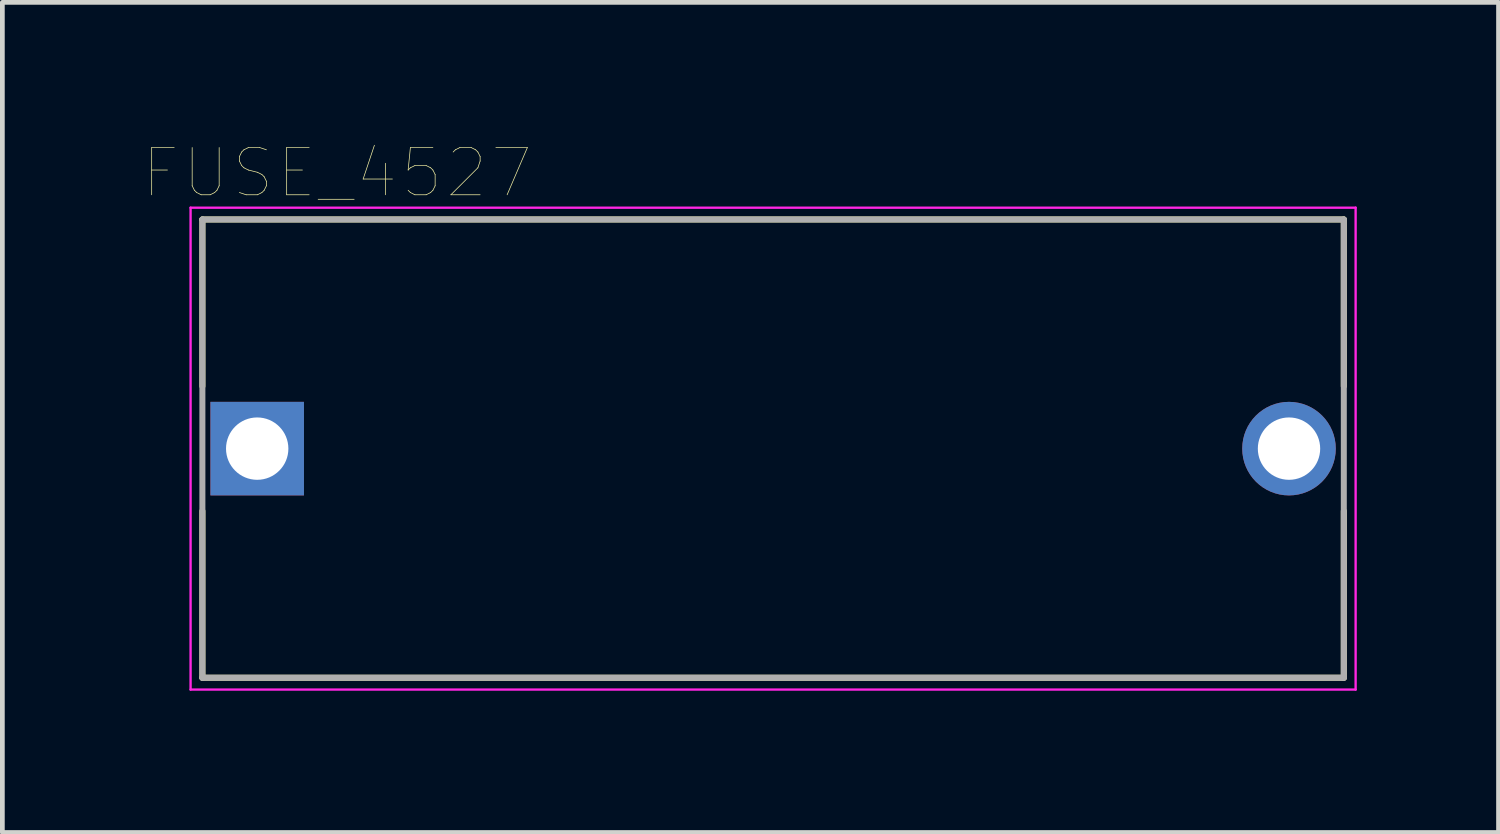
<source format=kicad_pcb>
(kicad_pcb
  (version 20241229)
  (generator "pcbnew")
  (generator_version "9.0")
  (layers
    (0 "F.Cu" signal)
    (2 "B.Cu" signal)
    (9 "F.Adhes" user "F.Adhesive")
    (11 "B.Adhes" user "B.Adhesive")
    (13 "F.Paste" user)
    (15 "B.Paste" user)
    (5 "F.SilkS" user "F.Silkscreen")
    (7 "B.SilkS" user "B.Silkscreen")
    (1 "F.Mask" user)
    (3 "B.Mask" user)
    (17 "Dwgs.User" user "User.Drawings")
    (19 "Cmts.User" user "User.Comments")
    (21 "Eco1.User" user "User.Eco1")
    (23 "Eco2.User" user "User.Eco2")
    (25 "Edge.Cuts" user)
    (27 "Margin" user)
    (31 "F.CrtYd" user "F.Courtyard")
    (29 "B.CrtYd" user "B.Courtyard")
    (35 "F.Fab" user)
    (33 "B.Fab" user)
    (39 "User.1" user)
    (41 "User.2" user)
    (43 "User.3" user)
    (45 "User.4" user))
  (footprint "FUSE_4527"
    (layer "F.Cu")
    (at 13.314 6.446)
    (property "Reference" "FUSE_4527" (at -9.225 -5.835 0) (layer "F.SilkS") (effects (font (size 1 1) (thickness 0.015))))
    (attr through_hole)
    (fp_line (start -12.08 -4.85) (end -12.08 -1.32) (stroke (width 0.127) (type solid)) (layer "F.SilkS"))
    (fp_line (start -12.08 -4.85) (end 12.08 -4.85) (stroke (width 0.127) (type solid)) (layer "F.SilkS"))
    (fp_line (start -12.08 4.85) (end -12.08 1.32) (stroke (width 0.127) (type solid)) (layer "F.SilkS"))
    (fp_line (start -12.08 4.85) (end 12.08 4.85) (stroke (width 0.127) (type solid)) (layer "F.SilkS"))
    (fp_line (start 12.08 -4.85) (end 12.08 -1.32) (stroke (width 0.127) (type solid)) (layer "F.SilkS"))
    (fp_line (start 12.08 4.85) (end 12.08 1.32) (stroke (width 0.127) (type solid)) (layer "F.SilkS"))
    (fp_line (start -12.33 -5.1) (end 12.33 -5.1) (stroke (width 0.05) (type solid)) (layer "F.CrtYd"))
    (fp_line (start -12.33 5.1) (end -12.33 -5.1) (stroke (width 0.05) (type solid)) (layer "F.CrtYd"))
    (fp_line (start 12.33 -5.1) (end 12.33 5.1) (stroke (width 0.05) (type solid)) (layer "F.CrtYd"))
    (fp_line (start 12.33 5.1) (end -12.33 5.1) (stroke (width 0.05) (type solid)) (layer "F.CrtYd"))
    (fp_line (start -12.08 -4.85) (end 12.08 -4.85) (stroke (width 0.127) (type solid)) (layer "F.Fab"))
    (fp_line (start -12.08 4.85) (end -12.08 -4.85) (stroke (width 0.127) (type solid)) (layer "F.Fab"))
    (fp_line (start 12.08 -4.85) (end 12.08 4.85) (stroke (width 0.127) (type solid)) (layer "F.Fab"))
    (fp_line (start 12.08 4.85) (end -12.08 4.85) (stroke (width 0.127) (type solid)) (layer "F.Fab"))
    (pad "1" thru_hole rect (at -10.92 0) (size 1.98 1.98) (drill 1.32) (layers "*.Cu" "*.Mask"))
    (pad "2" thru_hole circle (at 10.92 0) (size 1.98 1.98) (drill 1.32) (layers "*.Cu" "*.Mask")))
  (gr_rect
    (start -3 -3)
    (end 28.669 14.571)
    (stroke (width 0.1) (type default))
    (fill no)
    (layer "Edge.Cuts")))
</source>
